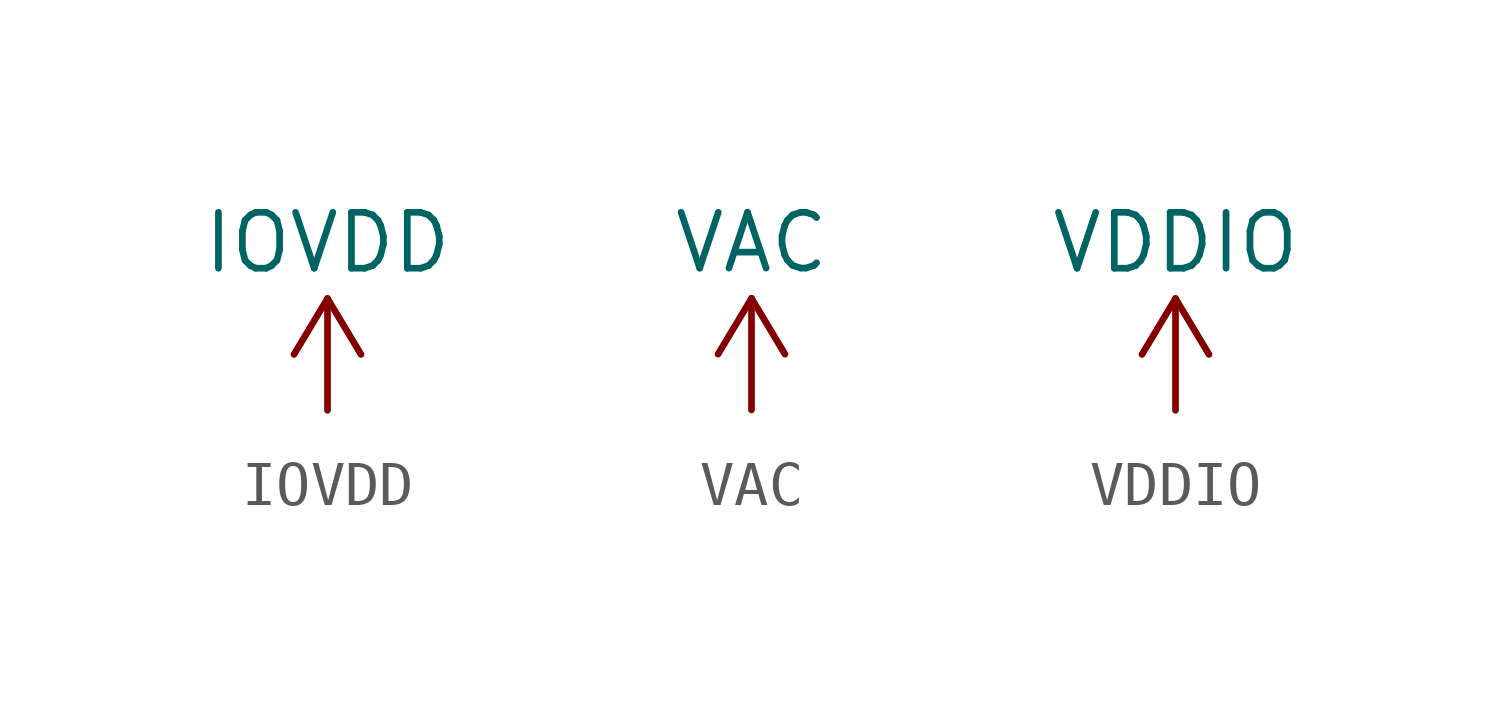
<source format=kicad_sym>
(kicad_symbol_lib
  (version 20231120)
  (generator "kicad_symbol_editor")
  (generator_version "8.0")
  (symbol "IOVDD"
    (power)
    (pin_names
      (offset 0))
    (property "Reference" "#PWR"
      (at 0 -3.81 0)
      (effects (font (size 1.27 1.27)) (hide yes)))
    (property "Value" "IOVDD"
      (at 0 3.81 0)
      (effects (font (size 1.27 1.27))))
    (symbol "IOVDD_0_1"
      (polyline (pts (xy -0.762 1.27) (xy 0 2.54)) (stroke (width 0) (type default)) (fill (type none)))
      (polyline (pts (xy 0 0) (xy 0 2.54)) (stroke (width 0) (type default)) (fill (type none)))
      (polyline (pts (xy 0 2.54) (xy 0.762 1.27)) (stroke (width 0) (type default)) (fill (type none))))
    (symbol "IOVDD_1_1"
      (pin power_in line (at 0 0 90) (length 0) hide (name "IOVDD" (effects (font (size 1.27 1.27)))) (number "1" (effects (font (size 1.27 1.27)))))))
  (symbol "VAC"
    (power)
    (pin_names
      (offset 0))
    (property "Reference" "#PWR"
      (at 0 -3.81 0)
      (effects (font (size 1.27 1.27)) (hide yes)))
    (property "Value" "VAC"
      (at 0 3.81 0)
      (effects (font (size 1.27 1.27))))
    (symbol "VAC_0_1"
      (polyline (pts (xy -0.762 1.27) (xy 0 2.54)) (stroke (width 0) (type default)) (fill (type none)))
      (polyline (pts (xy 0 0) (xy 0 2.54)) (stroke (width 0) (type default)) (fill (type none)))
      (polyline (pts (xy 0 2.54) (xy 0.762 1.27)) (stroke (width 0) (type default)) (fill (type none))))
    (symbol "VAC_1_1"
      (pin power_in line (at 0 0 90) (length 0) hide (name "VAC" (effects (font (size 1.27 1.27)))) (number "1" (effects (font (size 1.27 1.27)))))))
  (symbol "VDDIO"
    (power)
    (pin_names
      (offset 0))
    (property "Reference" "#PWR"
      (at 0 -3.81 0)
      (effects (font (size 1.27 1.27)) (hide yes)))
    (property "Value" "VDDIO"
      (at 0 3.81 0)
      (effects (font (size 1.27 1.27))))
    (symbol "VDDIO_0_1"
      (polyline (pts (xy -0.762 1.27) (xy 0 2.54)) (stroke (width 0) (type default)) (fill (type none)))
      (polyline (pts (xy 0 0) (xy 0 2.54)) (stroke (width 0) (type default)) (fill (type none)))
      (polyline (pts (xy 0 2.54) (xy 0.762 1.27)) (stroke (width 0) (type default)) (fill (type none))))
    (symbol "VDDIO_1_1"
      (pin power_in line (at 0 0 90) (length 0) hide (name "VDDIO" (effects (font (size 1.27 1.27)))) (number "1" (effects (font (size 1.27 1.27))))))))
</source>
